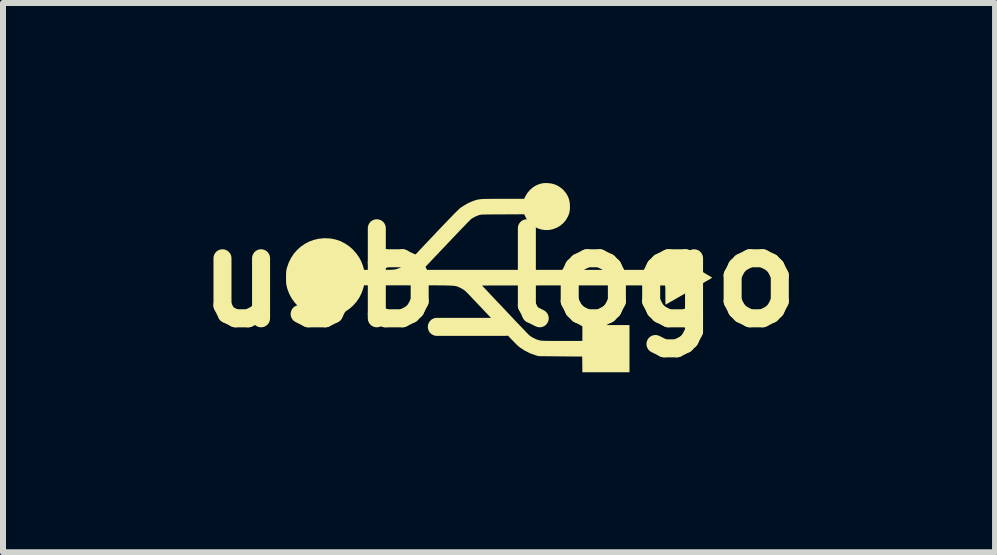
<source format=kicad_pcb>
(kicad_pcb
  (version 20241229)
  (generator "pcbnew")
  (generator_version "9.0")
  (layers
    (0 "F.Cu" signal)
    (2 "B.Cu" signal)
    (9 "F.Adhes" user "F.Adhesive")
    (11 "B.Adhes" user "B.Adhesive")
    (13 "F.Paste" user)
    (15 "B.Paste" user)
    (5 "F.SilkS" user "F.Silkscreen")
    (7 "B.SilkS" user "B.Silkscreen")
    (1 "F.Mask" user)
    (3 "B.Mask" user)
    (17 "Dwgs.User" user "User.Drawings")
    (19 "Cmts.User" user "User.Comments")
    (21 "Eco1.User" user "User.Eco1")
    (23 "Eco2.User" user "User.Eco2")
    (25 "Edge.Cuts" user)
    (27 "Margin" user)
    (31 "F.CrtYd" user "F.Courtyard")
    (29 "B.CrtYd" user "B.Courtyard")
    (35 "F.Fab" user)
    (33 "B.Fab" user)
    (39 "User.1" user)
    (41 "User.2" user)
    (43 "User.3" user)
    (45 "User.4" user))
  (footprint "usb_logo"
    (layer "F.Cu")
    (at 5.264 1.575)
    (property "Reference" "usb_logo" (at 0 0 0) (layer "F.SilkS") (effects (font (size 1.5 1.5) (thickness 0.3))))
    (attr board_only exclude_from_pos_files exclude_from_bom)
    (fp_poly (pts (xy 0.809 -1.575) (xy 0.877 -1.567) (xy 0.939 -1.549) (xy 0.995 -1.521) (xy 1.048 -1.483) (xy 1.072 -1.46) (xy 1.114 -1.411) (xy 1.145 -1.36) (xy 1.167 -1.305) (xy 1.179 -1.245) (xy 1.182 -1.201) (xy 1.182 -1.149) (xy 1.177 -1.103) (xy 1.166 -1.06) (xy 1.149 -1.018) (xy 1.145 -1.011) (xy 1.111 -0.953) (xy 1.067 -0.903) (xy 1.015 -0.861) (xy 0.959 -0.829) (xy 0.897 -0.806) (xy 0.834 -0.793) (xy 0.771 -0.792) (xy 0.709 -0.8) (xy 0.649 -0.819) (xy 0.593 -0.846) (xy 0.542 -0.883) (xy 0.497 -0.927) (xy 0.459 -0.98) (xy 0.444 -1.007) (xy 0.42 -1.055) (xy 0.059 -1.053) (xy -0.015 -1.053) (xy -0.079 -1.053) (xy -0.132 -1.052) (xy -0.177 -1.052) (xy -0.214 -1.051) (xy -0.244 -1.05) (xy -0.267 -1.05) (xy -0.286 -1.049) (xy -0.301 -1.047) (xy -0.312 -1.046) (xy -0.322 -1.044) (xy -0.33 -1.042) (xy -0.337 -1.039) (xy -0.382 -1.022) (xy -0.427 -0.999) (xy -0.458 -0.98) (xy -0.466 -0.974) (xy -0.48 -0.959) (xy -0.502 -0.938) (xy -0.53 -0.91) (xy -0.563 -0.876) (xy -0.601 -0.836) (xy -0.643 -0.792) (xy -0.689 -0.744) (xy -0.738 -0.693) (xy -0.789 -0.639) (xy -0.828 -0.598) (xy -0.881 -0.542) (xy -0.933 -0.487) (xy -0.984 -0.434) (xy -1.031 -0.384) (xy -1.075 -0.338) (xy -1.115 -0.296) (xy -1.149 -0.259) (xy -1.179 -0.228) (xy -1.202 -0.204) (xy -1.218 -0.187) (xy -1.224 -0.18) (xy -1.273 -0.129) (xy 0.749 -0.129) (xy 2.772 -0.129) (xy 2.773 -0.29) (xy 2.775 -0.45) (xy 3.163 -0.227) (xy 3.225 -0.191) (xy 3.284 -0.157) (xy 3.339 -0.125) (xy 3.389 -0.096) (xy 3.434 -0.07) (xy 3.473 -0.047) (xy 3.505 -0.028) (xy 3.529 -0.013) (xy 3.545 -0.004) (xy 3.551 0.000499) (xy 3.551 0.001) (xy 3.547 0.005) (xy 3.533 0.013) (xy 3.514 0.026) (xy 3.489 0.04) (xy 3.477 0.047) (xy 3.458 0.058) (xy 3.43 0.074) (xy 3.395 0.095) (xy 3.352 0.119) (xy 3.305 0.146) (xy 3.253 0.176) (xy 3.197 0.208) (xy 3.14 0.241) (xy 3.09 0.271) (xy 3.034 0.303) (xy 2.982 0.333) (xy 2.933 0.361) (xy 2.89 0.386) (xy 2.852 0.407) (xy 2.821 0.425) (xy 2.797 0.439) (xy 2.781 0.448) (xy 2.775 0.451) (xy 2.774 0.451) (xy 2.774 0.446) (xy 2.773 0.43) (xy 2.773 0.405) (xy 2.772 0.374) (xy 2.772 0.336) (xy 2.772 0.295) (xy 2.772 0.293) (xy 2.772 0.243) (xy 2.772 0.204) (xy 2.771 0.174) (xy 2.77 0.153) (xy 2.768 0.14) (xy 2.766 0.133) (xy 2.765 0.132) (xy 2.758 0.131) (xy 2.741 0.131) (xy 2.712 0.131) (xy 2.674 0.131) (xy 2.625 0.131) (xy 2.568 0.13) (xy 2.501 0.13) (xy 2.426 0.13) (xy 2.344 0.13) (xy 2.254 0.13) (xy 2.157 0.13) (xy 2.054 0.13) (xy 1.945 0.13) (xy 1.831 0.13) (xy 1.712 0.13) (xy 1.589 0.13) (xy 1.462 0.13) (xy 1.331 0.13) (xy 1.237 0.13) (xy -0.283 0.132) (xy 0.096 0.533) (xy 0.151 0.592) (xy 0.205 0.648) (xy 0.255 0.702) (xy 0.303 0.752) (xy 0.347 0.798) (xy 0.387 0.84) (xy 0.422 0.876) (xy 0.451 0.907) (xy 0.475 0.931) (xy 0.491 0.948) (xy 0.501 0.958) (xy 0.502 0.959) (xy 0.531 0.981) (xy 0.568 1.003) (xy 0.609 1.023) (xy 0.649 1.039) (xy 0.666 1.043) (xy 0.676 1.046) (xy 0.686 1.048) (xy 0.698 1.05) (xy 0.712 1.051) (xy 0.729 1.052) (xy 0.75 1.053) (xy 0.777 1.054) (xy 0.81 1.054) (xy 0.851 1.055) (xy 0.899 1.055) (xy 0.957 1.055) (xy 1.026 1.055) (xy 1.05 1.055) (xy 1.389 1.055) (xy 1.389 0.923) (xy 1.389 0.791) (xy 1.782 0.791) (xy 2.174 0.791) (xy 2.174 1.184) (xy 2.174 1.577) (xy 1.782 1.577) (xy 1.389 1.577) (xy 1.388 1.446) (xy 1.386 1.316) (xy 1.023 1.313) (xy 0.659 1.309) (xy 0.609 1.294) (xy 0.516 1.261) (xy 0.429 1.217) (xy 0.349 1.165) (xy 0.322 1.143) (xy 0.311 1.133) (xy 0.293 1.116) (xy 0.268 1.091) (xy 0.237 1.059) (xy 0.201 1.022) (xy 0.16 0.979) (xy 0.114 0.932) (xy 0.065 0.881) (xy 0.013 0.826) (xy -0.042 0.769) (xy -0.098 0.71) (xy -0.118 0.689) (xy -0.174 0.629) (xy -0.229 0.571) (xy -0.281 0.516) (xy -0.331 0.463) (xy -0.377 0.415) (xy -0.419 0.371) (xy -0.456 0.331) (xy -0.488 0.298) (xy -0.514 0.271) (xy -0.533 0.251) (xy -0.546 0.239) (xy -0.548 0.236) (xy -0.579 0.21) (xy -0.612 0.188) (xy -0.64 0.173) (xy -0.653 0.167) (xy -0.665 0.161) (xy -0.676 0.156) (xy -0.687 0.152) (xy -0.699 0.148) (xy -0.712 0.144) (xy -0.727 0.141) (xy -0.745 0.139) (xy -0.765 0.136) (xy -0.79 0.135) (xy -0.82 0.133) (xy -0.854 0.132) (xy -0.895 0.131) (xy -0.942 0.13) (xy -0.996 0.13) (xy -1.058 0.129) (xy -1.128 0.129) (xy -1.207 0.129) (xy -1.296 0.129) (xy -1.396 0.129) (xy -1.506 0.129) (xy -1.516 0.129) (xy -2.248 0.129) (xy -2.261 0.177) (xy -2.29 0.259) (xy -2.328 0.335) (xy -2.376 0.405) (xy -2.432 0.468) (xy -2.495 0.523) (xy -2.566 0.57) (xy -2.642 0.608) (xy -2.723 0.636) (xy -2.774 0.648) (xy -2.812 0.653) (xy -2.857 0.655) (xy -2.906 0.656) (xy -2.954 0.654) (xy -2.998 0.65) (xy -3.014 0.648) (xy -3.084 0.631) (xy -3.156 0.604) (xy -3.209 0.578) (xy -3.28 0.533) (xy -3.345 0.48) (xy -3.403 0.418) (xy -3.453 0.348) (xy -3.494 0.273) (xy -3.525 0.192) (xy -3.532 0.166) (xy -3.538 0.144) (xy -3.542 0.125) (xy -3.545 0.106) (xy -3.547 0.085) (xy -3.548 0.058) (xy -3.548 0.024) (xy -3.548 0) (xy -3.548 -0.04) (xy -3.547 -0.07) (xy -3.546 -0.094) (xy -3.544 -0.114) (xy -3.541 -0.133) (xy -3.536 -0.153) (xy -3.533 -0.165) (xy -3.504 -0.248) (xy -3.466 -0.325) (xy -3.42 -0.396) (xy -3.365 -0.459) (xy -3.303 -0.515) (xy -3.235 -0.562) (xy -3.161 -0.601) (xy -3.082 -0.629) (xy -2.999 -0.648) (xy -2.913 -0.656) (xy -2.894 -0.656) (xy -2.806 -0.651) (xy -2.721 -0.634) (xy -2.641 -0.607) (xy -2.565 -0.568) (xy -2.493 -0.519) (xy -2.438 -0.471) (xy -2.382 -0.409) (xy -2.333 -0.341) (xy -2.294 -0.268) (xy -2.266 -0.193) (xy -2.261 -0.177) (xy -2.249 -0.129) (xy -2.006 -0.129) (xy -1.943 -0.129) (xy -1.891 -0.129) (xy -1.848 -0.13) (xy -1.813 -0.13) (xy -1.785 -0.131) (xy -1.762 -0.133) (xy -1.744 -0.134) (xy -1.73 -0.136) (xy -1.721 -0.138) (xy -1.685 -0.149) (xy -1.646 -0.164) (xy -1.607 -0.184) (xy -1.572 -0.204) (xy -1.545 -0.225) (xy -1.543 -0.228) (xy -1.535 -0.236) (xy -1.519 -0.252) (xy -1.497 -0.275) (xy -1.468 -0.305) (xy -1.434 -0.341) (xy -1.394 -0.382) (xy -1.35 -0.428) (xy -1.302 -0.479) (xy -1.251 -0.533) (xy -1.197 -0.59) (xy -1.141 -0.65) (xy -1.102 -0.69) (xy -1.03 -0.767) (xy -0.965 -0.835) (xy -0.907 -0.896) (xy -0.856 -0.949) (xy -0.811 -0.995) (xy -0.773 -1.035) (xy -0.74 -1.069) (xy -0.711 -1.097) (xy -0.688 -1.12) (xy -0.669 -1.138) (xy -0.654 -1.152) (xy -0.642 -1.161) (xy -0.64 -1.163) (xy -0.599 -1.191) (xy -0.551 -1.22) (xy -0.502 -1.246) (xy -0.453 -1.267) (xy -0.421 -1.28) (xy -0.4 -1.286) (xy -0.382 -1.292) (xy -0.364 -1.297) (xy -0.345 -1.301) (xy -0.325 -1.304) (xy -0.302 -1.307) (xy -0.276 -1.309) (xy -0.245 -1.31) (xy -0.208 -1.311) (xy -0.164 -1.312) (xy -0.113 -1.312) (xy -0.052 -1.313) (xy 0.019 -1.313) (xy 0.07 -1.313) (xy 0.419 -1.313) (xy 0.445 -1.364) (xy 0.477 -1.416) (xy 0.518 -1.463) (xy 0.564 -1.503) (xy 0.614 -1.534) (xy 0.616 -1.535) (xy 0.664 -1.555) (xy 0.708 -1.568) (xy 0.753 -1.575) (xy 0.803 -1.575)) (stroke (width 0) (type solid)) (fill yes) (layer "F.SilkS")))
  (gr_rect
    (start -3 -3)
    (end 13.529 6.152)
    (stroke (width 0.1) (type default))
    (fill no)
    (layer "Edge.Cuts")))
</source>
